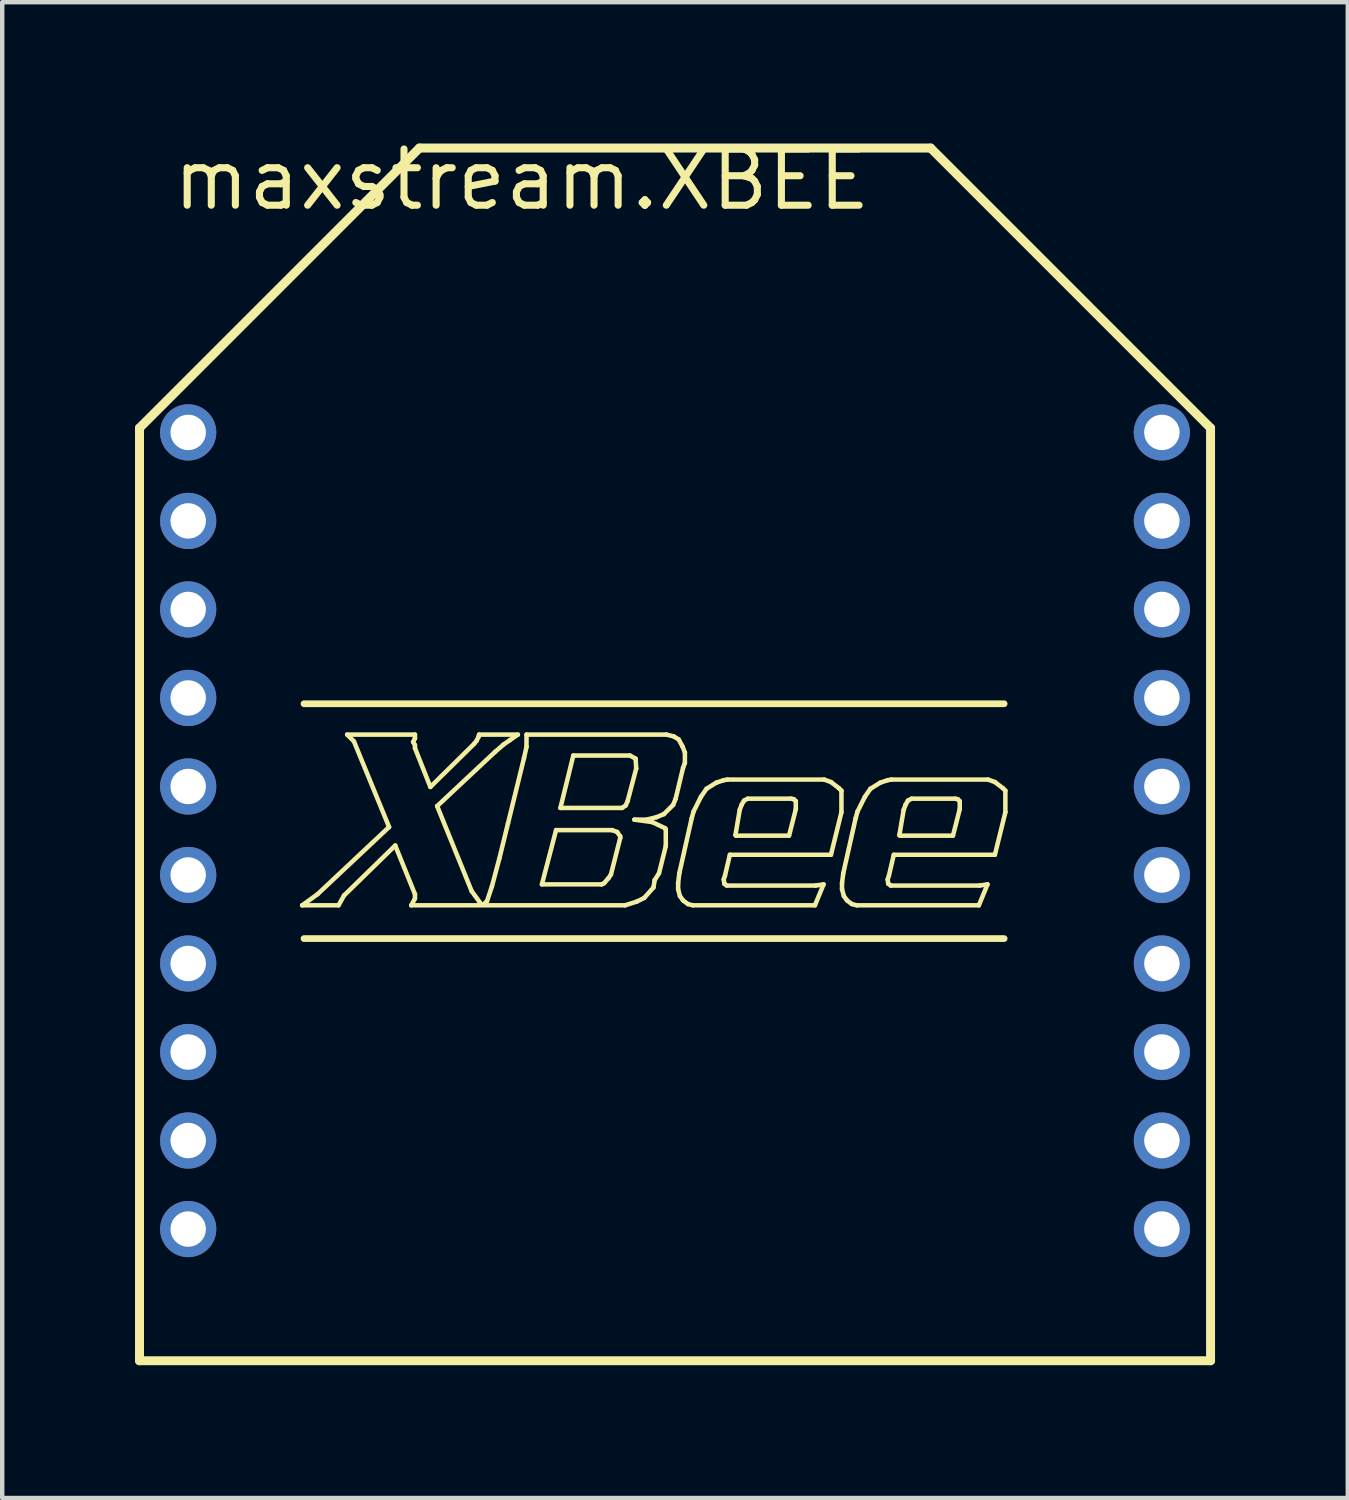
<source format=kicad_pcb>
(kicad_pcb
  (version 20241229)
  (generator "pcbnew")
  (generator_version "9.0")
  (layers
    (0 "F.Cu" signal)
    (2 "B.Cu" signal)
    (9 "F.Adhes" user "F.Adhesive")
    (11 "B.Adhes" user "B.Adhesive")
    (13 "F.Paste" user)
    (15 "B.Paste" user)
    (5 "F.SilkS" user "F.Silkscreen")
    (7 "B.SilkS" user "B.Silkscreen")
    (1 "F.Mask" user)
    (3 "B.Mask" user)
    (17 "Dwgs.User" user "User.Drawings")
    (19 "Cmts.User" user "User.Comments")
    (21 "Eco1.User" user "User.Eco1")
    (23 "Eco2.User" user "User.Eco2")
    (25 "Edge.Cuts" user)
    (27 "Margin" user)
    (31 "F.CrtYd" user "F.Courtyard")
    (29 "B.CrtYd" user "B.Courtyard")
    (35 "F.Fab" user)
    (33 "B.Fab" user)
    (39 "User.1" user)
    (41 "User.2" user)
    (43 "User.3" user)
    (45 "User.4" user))
  (footprint "maxstream.XBEE"
    (layer "F.Cu")
    (at 12.202 15.72)
    (property "Reference" "maxstream.XBEE" (at -11.43 -13.97 0) (layer "F.SilkS") (effects (font (size 1.27 1.27) (thickness 0.16)) (justify left bottom)))
    (attr through_hole)
    (fp_line (start -12.1 -9.1) (end -5.775 -15.425) (stroke (width 0.203) (type default)) (layer "F.SilkS"))
    (fp_line (start -12.1 11.975) (end -12.1 -9.1) (stroke (width 0.203) (type default)) (layer "F.SilkS"))
    (fp_line (start -8.425 1.685) (end -8.077 1.434) (stroke (width 0.102) (type default)) (layer "F.SilkS"))
    (fp_line (start -8.383 -2.869) (end 7.436 -2.869) (stroke (width 0.152) (type default)) (layer "F.SilkS"))
    (fp_line (start -8.383 2.437) (end 7.436 2.437) (stroke (width 0.152) (type default)) (layer "F.SilkS"))
    (fp_line (start -8.077 1.434) (end -6.461 -0.084) (stroke (width 0.102) (type default)) (layer "F.SilkS"))
    (fp_line (start -7.603 1.685) (end -8.425 1.685) (stroke (width 0.102) (type default)) (layer "F.SilkS"))
    (fp_line (start -7.478 1.462) (end -7.603 1.685) (stroke (width 0.102) (type default)) (layer "F.SilkS"))
    (fp_line (start -7.408 -2.172) (end -5.876 -2.172) (stroke (width 0.102) (type default)) (layer "F.SilkS"))
    (fp_line (start -7.255 -2.019) (end -7.408 -2.172) (stroke (width 0.102) (type default)) (layer "F.SilkS"))
    (fp_line (start -6.461 -0.084) (end -7.255 -2.019) (stroke (width 0.102) (type default)) (layer "F.SilkS"))
    (fp_line (start -6.322 0.334) (end -7.478 1.462) (stroke (width 0.102) (type default)) (layer "F.SilkS"))
    (fp_line (start -5.96 1.685) (end -5.876 1.532) (stroke (width 0.102) (type default)) (layer "F.SilkS"))
    (fp_line (start -5.918 -2.005) (end -5.876 -1.935) (stroke (width 0.102) (type default)) (layer "F.SilkS"))
    (fp_line (start -5.876 -2.172) (end -5.876 -2.089) (stroke (width 0.102) (type default)) (layer "F.SilkS"))
    (fp_line (start -5.876 -2.089) (end -5.918 -2.005) (stroke (width 0.102) (type default)) (layer "F.SilkS"))
    (fp_line (start -5.876 -1.935) (end -5.876 -1.866) (stroke (width 0.102) (type default)) (layer "F.SilkS"))
    (fp_line (start -5.876 -1.866) (end -5.528 -0.989) (stroke (width 0.102) (type default)) (layer "F.SilkS"))
    (fp_line (start -5.876 1.434) (end -6.322 0.334) (stroke (width 0.102) (type default)) (layer "F.SilkS"))
    (fp_line (start -5.876 1.532) (end -5.876 1.434) (stroke (width 0.102) (type default)) (layer "F.SilkS"))
    (fp_line (start -5.775 -15.425) (end 5.775 -15.425) (stroke (width 0.203) (type default)) (layer "F.SilkS"))
    (fp_line (start -5.528 -0.989) (end -4.54 -1.963) (stroke (width 0.102) (type default)) (layer "F.SilkS"))
    (fp_line (start -5.375 -0.557) (end -4.595 1.365) (stroke (width 0.102) (type default)) (layer "F.SilkS"))
    (fp_line (start -4.595 1.365) (end -4.372 1.671) (stroke (width 0.102) (type default)) (layer "F.SilkS"))
    (fp_line (start -4.54 -1.963) (end -4.484 -2.033) (stroke (width 0.102) (type default)) (layer "F.SilkS"))
    (fp_line (start -4.484 -2.033) (end -4.442 -2.117) (stroke (width 0.102) (type default)) (layer "F.SilkS"))
    (fp_line (start -4.442 -2.117) (end -4.428 -2.172) (stroke (width 0.102) (type default)) (layer "F.SilkS"))
    (fp_line (start -4.428 -2.172) (end -3.551 -2.172) (stroke (width 0.102) (type default)) (layer "F.SilkS"))
    (fp_line (start -4.372 1.671) (end -4.331 1.671) (stroke (width 0.102) (type default)) (layer "F.SilkS"))
    (fp_line (start -4.331 1.671) (end -4.247 1.587) (stroke (width 0.102) (type default)) (layer "F.SilkS"))
    (fp_line (start -4.247 1.587) (end -4.136 1.253) (stroke (width 0.102) (type default)) (layer "F.SilkS"))
    (fp_line (start -4.136 1.253) (end -3.969 0.627) (stroke (width 0.102) (type default)) (layer "F.SilkS"))
    (fp_line (start -4.066 -1.782) (end -5.375 -0.557) (stroke (width 0.102) (type default)) (layer "F.SilkS"))
    (fp_line (start -3.969 0.627) (end -3.774 -0.167) (stroke (width 0.102) (type default)) (layer "F.SilkS"))
    (fp_line (start -3.871 -1.95) (end -4.066 -1.782) (stroke (width 0.102) (type default)) (layer "F.SilkS"))
    (fp_line (start -3.774 -0.167) (end -3.412 -1.643) (stroke (width 0.102) (type default)) (layer "F.SilkS"))
    (fp_line (start -3.732 -2.047) (end -3.871 -1.95) (stroke (width 0.102) (type default)) (layer "F.SilkS"))
    (fp_line (start -3.551 -2.172) (end -3.732 -2.047) (stroke (width 0.102) (type default)) (layer "F.SilkS"))
    (fp_line (start -3.412 -1.643) (end -3.356 -1.894) (stroke (width 0.102) (type default)) (layer "F.SilkS"))
    (fp_line (start -3.356 -2.172) (end -0.195 -2.172) (stroke (width 0.102) (type default)) (layer "F.SilkS"))
    (fp_line (start -3.356 -1.894) (end -3.356 -2.172) (stroke (width 0.102) (type default)) (layer "F.SilkS"))
    (fp_line (start -3.008 1.212) (end -2.688 -0.014) (stroke (width 0.102) (type default)) (layer "F.SilkS"))
    (fp_line (start -2.688 -0.014) (end -1.42 -0.014) (stroke (width 0.102) (type default)) (layer "F.SilkS"))
    (fp_line (start -2.59 -0.515) (end -2.298 -1.699) (stroke (width 0.102) (type default)) (layer "F.SilkS"))
    (fp_line (start -2.298 -1.699) (end -1.017 -1.699) (stroke (width 0.102) (type default)) (layer "F.SilkS"))
    (fp_line (start -1.657 1.212) (end -3.008 1.212) (stroke (width 0.102) (type default)) (layer "F.SilkS"))
    (fp_line (start -1.601 1.184) (end -1.657 1.212) (stroke (width 0.102) (type default)) (layer "F.SilkS"))
    (fp_line (start -1.504 1.072) (end -1.601 1.184) (stroke (width 0.102) (type default)) (layer "F.SilkS"))
    (fp_line (start -1.448 0.989) (end -1.504 1.072) (stroke (width 0.102) (type default)) (layer "F.SilkS"))
    (fp_line (start -1.42 -0.014) (end -1.309 0.028) (stroke (width 0.102) (type default)) (layer "F.SilkS"))
    (fp_line (start -1.309 0.028) (end -1.239 0.125) (stroke (width 0.102) (type default)) (layer "F.SilkS"))
    (fp_line (start -1.239 0.125) (end -1.239 0.167) (stroke (width 0.102) (type default)) (layer "F.SilkS"))
    (fp_line (start -1.239 0.167) (end -1.448 0.989) (stroke (width 0.102) (type default)) (layer "F.SilkS"))
    (fp_line (start -1.198 -0.515) (end -2.59 -0.515) (stroke (width 0.102) (type default)) (layer "F.SilkS"))
    (fp_line (start -1.128 1.685) (end -5.96 1.685) (stroke (width 0.102) (type default)) (layer "F.SilkS"))
    (fp_line (start -1.114 -0.571) (end -1.198 -0.515) (stroke (width 0.102) (type default)) (layer "F.SilkS"))
    (fp_line (start -1.072 -0.668) (end -1.114 -0.571) (stroke (width 0.102) (type default)) (layer "F.SilkS"))
    (fp_line (start -1.017 -1.699) (end -0.891 -1.629) (stroke (width 0.102) (type default)) (layer "F.SilkS"))
    (fp_line (start -0.919 -0.251) (end -0.515 -0.195) (stroke (width 0.102) (type default)) (layer "F.SilkS"))
    (fp_line (start -0.891 -1.629) (end -0.877 -1.406) (stroke (width 0.102) (type default)) (layer "F.SilkS"))
    (fp_line (start -0.877 -1.406) (end -1.072 -0.668) (stroke (width 0.102) (type default)) (layer "F.SilkS"))
    (fp_line (start -0.863 1.601) (end -1.128 1.685) (stroke (width 0.102) (type default)) (layer "F.SilkS"))
    (fp_line (start -0.696 1.518) (end -0.863 1.601) (stroke (width 0.102) (type default)) (layer "F.SilkS"))
    (fp_line (start -0.641 -0.251) (end -0.919 -0.251) (stroke (width 0.102) (type default)) (layer "F.SilkS"))
    (fp_line (start -0.515 -0.195) (end -0.223 -0.056) (stroke (width 0.102) (type default)) (layer "F.SilkS"))
    (fp_line (start -0.487 1.281) (end -0.696 1.518) (stroke (width 0.102) (type default)) (layer "F.SilkS"))
    (fp_line (start -0.46 1.114) (end -0.487 1.281) (stroke (width 0.102) (type default)) (layer "F.SilkS"))
    (fp_line (start -0.418 -0.306) (end -0.641 -0.251) (stroke (width 0.102) (type default)) (layer "F.SilkS"))
    (fp_line (start -0.362 0.961) (end -0.46 1.114) (stroke (width 0.102) (type default)) (layer "F.SilkS"))
    (fp_line (start -0.251 -0.376) (end -0.418 -0.306) (stroke (width 0.102) (type default)) (layer "F.SilkS"))
    (fp_line (start -0.223 -0.056) (end -0.209 -0.028) (stroke (width 0.102) (type default)) (layer "F.SilkS"))
    (fp_line (start -0.209 -0.028) (end -0.209 0.348) (stroke (width 0.102) (type default)) (layer "F.SilkS"))
    (fp_line (start -0.209 0.348) (end -0.362 0.961) (stroke (width 0.102) (type default)) (layer "F.SilkS"))
    (fp_line (start -0.195 -2.172) (end -0.028 -2.131) (stroke (width 0.102) (type default)) (layer "F.SilkS"))
    (fp_line (start -0.042 -0.585) (end -0.251 -0.376) (stroke (width 0.102) (type default)) (layer "F.SilkS"))
    (fp_line (start -0.028 -2.131) (end 0.084 -2.061) (stroke (width 0.102) (type default)) (layer "F.SilkS"))
    (fp_line (start 0.014 -0.724) (end -0.042 -0.585) (stroke (width 0.102) (type default)) (layer "F.SilkS"))
    (fp_line (start 0.07 1.184) (end 0.097 0.961) (stroke (width 0.102) (type default)) (layer "F.SilkS"))
    (fp_line (start 0.07 1.323) (end 0.07 1.184) (stroke (width 0.102) (type default)) (layer "F.SilkS"))
    (fp_line (start 0.084 -2.061) (end 0.167 -1.908) (stroke (width 0.102) (type default)) (layer "F.SilkS"))
    (fp_line (start 0.097 0.961) (end 0.376 -0.279) (stroke (width 0.102) (type default)) (layer "F.SilkS"))
    (fp_line (start 0.111 1.476) (end 0.07 1.323) (stroke (width 0.102) (type default)) (layer "F.SilkS"))
    (fp_line (start 0.167 -1.908) (end 0.223 -1.768) (stroke (width 0.102) (type default)) (layer "F.SilkS"))
    (fp_line (start 0.181 -1.42) (end 0.014 -0.724) (stroke (width 0.102) (type default)) (layer "F.SilkS"))
    (fp_line (start 0.181 1.574) (end 0.111 1.476) (stroke (width 0.102) (type default)) (layer "F.SilkS"))
    (fp_line (start 0.223 -1.768) (end 0.223 -1.532) (stroke (width 0.102) (type default)) (layer "F.SilkS"))
    (fp_line (start 0.223 -1.532) (end 0.181 -1.42) (stroke (width 0.102) (type default)) (layer "F.SilkS"))
    (fp_line (start 0.292 1.657) (end 0.181 1.574) (stroke (width 0.102) (type default)) (layer "F.SilkS"))
    (fp_line (start 0.376 -0.279) (end 0.418 -0.432) (stroke (width 0.102) (type default)) (layer "F.SilkS"))
    (fp_line (start 0.404 1.685) (end 0.292 1.657) (stroke (width 0.102) (type default)) (layer "F.SilkS"))
    (fp_line (start 0.418 -0.432) (end 0.585 -0.766) (stroke (width 0.102) (type default)) (layer "F.SilkS"))
    (fp_line (start 0.585 -0.766) (end 0.71 -0.947) (stroke (width 0.102) (type default)) (layer "F.SilkS"))
    (fp_line (start 0.71 -0.947) (end 0.933 -1.086) (stroke (width 0.102) (type default)) (layer "F.SilkS"))
    (fp_line (start 0.933 -1.086) (end 1.1 -1.142) (stroke (width 0.102) (type default)) (layer "F.SilkS"))
    (fp_line (start 1.1 -1.142) (end 1.183 -1.156) (stroke (width 0.102) (type default)) (layer "F.SilkS"))
    (fp_line (start 1.1 1.1) (end 1.114 1.198) (stroke (width 0.102) (type default)) (layer "F.SilkS"))
    (fp_line (start 1.114 1.198) (end 1.17 1.239) (stroke (width 0.102) (type default)) (layer "F.SilkS"))
    (fp_line (start 1.128 1.017) (end 1.1 1.1) (stroke (width 0.102) (type default)) (layer "F.SilkS"))
    (fp_line (start 1.17 1.239) (end 3.175 1.239) (stroke (width 0.102) (type default)) (layer "F.SilkS"))
    (fp_line (start 1.183 -1.156) (end 3.37 -1.156) (stroke (width 0.102) (type default)) (layer "F.SilkS"))
    (fp_line (start 1.239 0.543) (end 1.128 1.017) (stroke (width 0.102) (type default)) (layer "F.SilkS"))
    (fp_line (start 1.365 0.098) (end 1.462 -0.473) (stroke (width 0.102) (type default)) (layer "F.SilkS"))
    (fp_line (start 1.379 0.111) (end 1.365 0.098) (stroke (width 0.102) (type default)) (layer "F.SilkS"))
    (fp_line (start 1.462 -0.473) (end 1.504 -0.585) (stroke (width 0.102) (type default)) (layer "F.SilkS"))
    (fp_line (start 1.504 -0.585) (end 1.56 -0.682) (stroke (width 0.102) (type default)) (layer "F.SilkS"))
    (fp_line (start 1.56 -0.682) (end 1.643 -0.724) (stroke (width 0.102) (type default)) (layer "F.SilkS"))
    (fp_line (start 1.643 -0.724) (end 2.632 -0.724) (stroke (width 0.102) (type default)) (layer "F.SilkS"))
    (fp_line (start 2.576 0.111) (end 1.379 0.111) (stroke (width 0.102) (type default)) (layer "F.SilkS"))
    (fp_line (start 2.632 -0.724) (end 2.687 -0.71) (stroke (width 0.102) (type default)) (layer "F.SilkS"))
    (fp_line (start 2.687 -0.71) (end 2.729 -0.668) (stroke (width 0.102) (type default)) (layer "F.SilkS"))
    (fp_line (start 2.729 -0.668) (end 2.729 -0.487) (stroke (width 0.102) (type default)) (layer "F.SilkS"))
    (fp_line (start 2.729 -0.487) (end 2.576 0.111) (stroke (width 0.102) (type default)) (layer "F.SilkS"))
    (fp_line (start 3.161 1.685) (end 0.404 1.685) (stroke (width 0.102) (type default)) (layer "F.SilkS"))
    (fp_line (start 3.175 1.239) (end 3.356 1.212) (stroke (width 0.102) (type default)) (layer "F.SilkS"))
    (fp_line (start 3.356 1.212) (end 3.161 1.685) (stroke (width 0.102) (type default)) (layer "F.SilkS"))
    (fp_line (start 3.37 -1.156) (end 3.523 -1.1) (stroke (width 0.102) (type default)) (layer "F.SilkS"))
    (fp_line (start 3.523 -1.1) (end 3.704 -0.961) (stroke (width 0.102) (type default)) (layer "F.SilkS"))
    (fp_line (start 3.523 0.543) (end 1.239 0.543) (stroke (width 0.102) (type default)) (layer "F.SilkS"))
    (fp_line (start 3.704 -0.961) (end 3.76 -0.905) (stroke (width 0.102) (type default)) (layer "F.SilkS"))
    (fp_line (start 3.76 -0.905) (end 3.76 -0.418) (stroke (width 0.102) (type default)) (layer "F.SilkS"))
    (fp_line (start 3.76 -0.418) (end 3.523 0.543) (stroke (width 0.102) (type default)) (layer "F.SilkS"))
    (fp_line (start 3.773 1.184) (end 3.801 0.961) (stroke (width 0.102) (type default)) (layer "F.SilkS"))
    (fp_line (start 3.773 1.323) (end 3.773 1.184) (stroke (width 0.102) (type default)) (layer "F.SilkS"))
    (fp_line (start 3.801 0.961) (end 4.08 -0.279) (stroke (width 0.102) (type default)) (layer "F.SilkS"))
    (fp_line (start 3.815 1.476) (end 3.773 1.323) (stroke (width 0.102) (type default)) (layer "F.SilkS"))
    (fp_line (start 3.885 1.574) (end 3.815 1.476) (stroke (width 0.102) (type default)) (layer "F.SilkS"))
    (fp_line (start 3.996 1.657) (end 3.885 1.574) (stroke (width 0.102) (type default)) (layer "F.SilkS"))
    (fp_line (start 4.08 -0.279) (end 4.122 -0.432) (stroke (width 0.102) (type default)) (layer "F.SilkS"))
    (fp_line (start 4.108 1.685) (end 3.996 1.657) (stroke (width 0.102) (type default)) (layer "F.SilkS"))
    (fp_line (start 4.122 -0.432) (end 4.289 -0.766) (stroke (width 0.102) (type default)) (layer "F.SilkS"))
    (fp_line (start 4.289 -0.766) (end 4.414 -0.947) (stroke (width 0.102) (type default)) (layer "F.SilkS"))
    (fp_line (start 4.414 -0.947) (end 4.637 -1.086) (stroke (width 0.102) (type default)) (layer "F.SilkS"))
    (fp_line (start 4.637 -1.086) (end 4.804 -1.142) (stroke (width 0.102) (type default)) (layer "F.SilkS"))
    (fp_line (start 4.804 -1.142) (end 4.888 -1.156) (stroke (width 0.102) (type default)) (layer "F.SilkS"))
    (fp_line (start 4.804 1.1) (end 4.818 1.198) (stroke (width 0.102) (type default)) (layer "F.SilkS"))
    (fp_line (start 4.818 1.198) (end 4.874 1.239) (stroke (width 0.102) (type default)) (layer "F.SilkS"))
    (fp_line (start 4.832 1.017) (end 4.804 1.1) (stroke (width 0.102) (type default)) (layer "F.SilkS"))
    (fp_line (start 4.874 1.239) (end 6.879 1.239) (stroke (width 0.102) (type default)) (layer "F.SilkS"))
    (fp_line (start 4.888 -1.156) (end 7.074 -1.156) (stroke (width 0.102) (type default)) (layer "F.SilkS"))
    (fp_line (start 4.943 0.543) (end 4.832 1.017) (stroke (width 0.102) (type default)) (layer "F.SilkS"))
    (fp_line (start 5.069 0.098) (end 5.166 -0.473) (stroke (width 0.102) (type default)) (layer "F.SilkS"))
    (fp_line (start 5.082 0.111) (end 5.069 0.098) (stroke (width 0.102) (type default)) (layer "F.SilkS"))
    (fp_line (start 5.166 -0.473) (end 5.208 -0.585) (stroke (width 0.102) (type default)) (layer "F.SilkS"))
    (fp_line (start 5.208 -0.585) (end 5.263 -0.682) (stroke (width 0.102) (type default)) (layer "F.SilkS"))
    (fp_line (start 5.263 -0.682) (end 5.347 -0.724) (stroke (width 0.102) (type default)) (layer "F.SilkS"))
    (fp_line (start 5.347 -0.724) (end 6.336 -0.724) (stroke (width 0.102) (type default)) (layer "F.SilkS"))
    (fp_line (start 5.775 -15.425) (end 12.1 -9.1) (stroke (width 0.203) (type default)) (layer "F.SilkS"))
    (fp_line (start 6.28 0.111) (end 5.082 0.111) (stroke (width 0.102) (type default)) (layer "F.SilkS"))
    (fp_line (start 6.336 -0.724) (end 6.391 -0.71) (stroke (width 0.102) (type default)) (layer "F.SilkS"))
    (fp_line (start 6.391 -0.71) (end 6.433 -0.668) (stroke (width 0.102) (type default)) (layer "F.SilkS"))
    (fp_line (start 6.433 -0.668) (end 6.433 -0.487) (stroke (width 0.102) (type default)) (layer "F.SilkS"))
    (fp_line (start 6.433 -0.487) (end 6.28 0.111) (stroke (width 0.102) (type default)) (layer "F.SilkS"))
    (fp_line (start 6.865 1.685) (end 4.108 1.685) (stroke (width 0.102) (type default)) (layer "F.SilkS"))
    (fp_line (start 6.879 1.239) (end 7.06 1.212) (stroke (width 0.102) (type default)) (layer "F.SilkS"))
    (fp_line (start 7.06 1.212) (end 6.865 1.685) (stroke (width 0.102) (type default)) (layer "F.SilkS"))
    (fp_line (start 7.074 -1.156) (end 7.227 -1.1) (stroke (width 0.102) (type default)) (layer "F.SilkS"))
    (fp_line (start 7.227 -1.1) (end 7.408 -0.961) (stroke (width 0.102) (type default)) (layer "F.SilkS"))
    (fp_line (start 7.227 0.543) (end 4.943 0.543) (stroke (width 0.102) (type default)) (layer "F.SilkS"))
    (fp_line (start 7.408 -0.961) (end 7.464 -0.905) (stroke (width 0.102) (type default)) (layer "F.SilkS"))
    (fp_line (start 7.464 -0.905) (end 7.464 -0.418) (stroke (width 0.102) (type default)) (layer "F.SilkS"))
    (fp_line (start 7.464 -0.418) (end 7.227 0.543) (stroke (width 0.102) (type default)) (layer "F.SilkS"))
    (fp_line (start 12.1 -9.1) (end 12.1 11.975) (stroke (width 0.203) (type default)) (layer "F.SilkS"))
    (fp_line (start 12.1 11.975) (end -12.1 11.975) (stroke (width 0.203) (type default)) (layer "F.SilkS"))
    (pad "1" thru_hole circle (at -11 -9) (size 1.27 1.27) (drill 0.8) (layers "*.Cu" "*.Mask"))
    (pad "2" thru_hole circle (at -11 -7) (size 1.27 1.27) (drill 0.8) (layers "*.Cu" "*.Mask"))
    (pad "3" thru_hole circle (at -11 -5) (size 1.27 1.27) (drill 0.8) (layers "*.Cu" "*.Mask"))
    (pad "4" thru_hole circle (at -11 -3) (size 1.27 1.27) (drill 0.8) (layers "*.Cu" "*.Mask"))
    (pad "5" thru_hole circle (at -11 -1) (size 1.27 1.27) (drill 0.8) (layers "*.Cu" "*.Mask"))
    (pad "6" thru_hole circle (at -11 1) (size 1.27 1.27) (drill 0.8) (layers "*.Cu" "*.Mask"))
    (pad "7" thru_hole circle (at -11 3) (size 1.27 1.27) (drill 0.8) (layers "*.Cu" "*.Mask"))
    (pad "8" thru_hole circle (at -11 5) (size 1.27 1.27) (drill 0.8) (layers "*.Cu" "*.Mask"))
    (pad "9" thru_hole circle (at -11 7) (size 1.27 1.27) (drill 0.8) (layers "*.Cu" "*.Mask"))
    (pad "10" thru_hole circle (at -11 9) (size 1.27 1.27) (drill 0.8) (layers "*.Cu" "*.Mask"))
    (pad "11" thru_hole circle (at 11 9 180) (size 1.27 1.27) (drill 0.8) (layers "*.Cu" "*.Mask"))
    (pad "12" thru_hole circle (at 11 7 180) (size 1.27 1.27) (drill 0.8) (layers "*.Cu" "*.Mask"))
    (pad "13" thru_hole circle (at 11 5 180) (size 1.27 1.27) (drill 0.8) (layers "*.Cu" "*.Mask"))
    (pad "14" thru_hole circle (at 11 3 180) (size 1.27 1.27) (drill 0.8) (layers "*.Cu" "*.Mask"))
    (pad "15" thru_hole circle (at 11 1 180) (size 1.27 1.27) (drill 0.8) (layers "*.Cu" "*.Mask"))
    (pad "16" thru_hole circle (at 11 -1 180) (size 1.27 1.27) (drill 0.8) (layers "*.Cu" "*.Mask"))
    (pad "17" thru_hole circle (at 11 -3 180) (size 1.27 1.27) (drill 0.8) (layers "*.Cu" "*.Mask"))
    (pad "18" thru_hole circle (at 11 -5 180) (size 1.27 1.27) (drill 0.8) (layers "*.Cu" "*.Mask"))
    (pad "19" thru_hole circle (at 11 -7 180) (size 1.27 1.27) (drill 0.8) (layers "*.Cu" "*.Mask"))
    (pad "20" thru_hole circle (at 11 -9 180) (size 1.27 1.27) (drill 0.8) (layers "*.Cu" "*.Mask")))
  (gr_rect
    (start -3 -3)
    (end 27.403 30.797)
    (stroke (width 0.1) (type default))
    (fill no)
    (layer "Edge.Cuts")))
</source>
